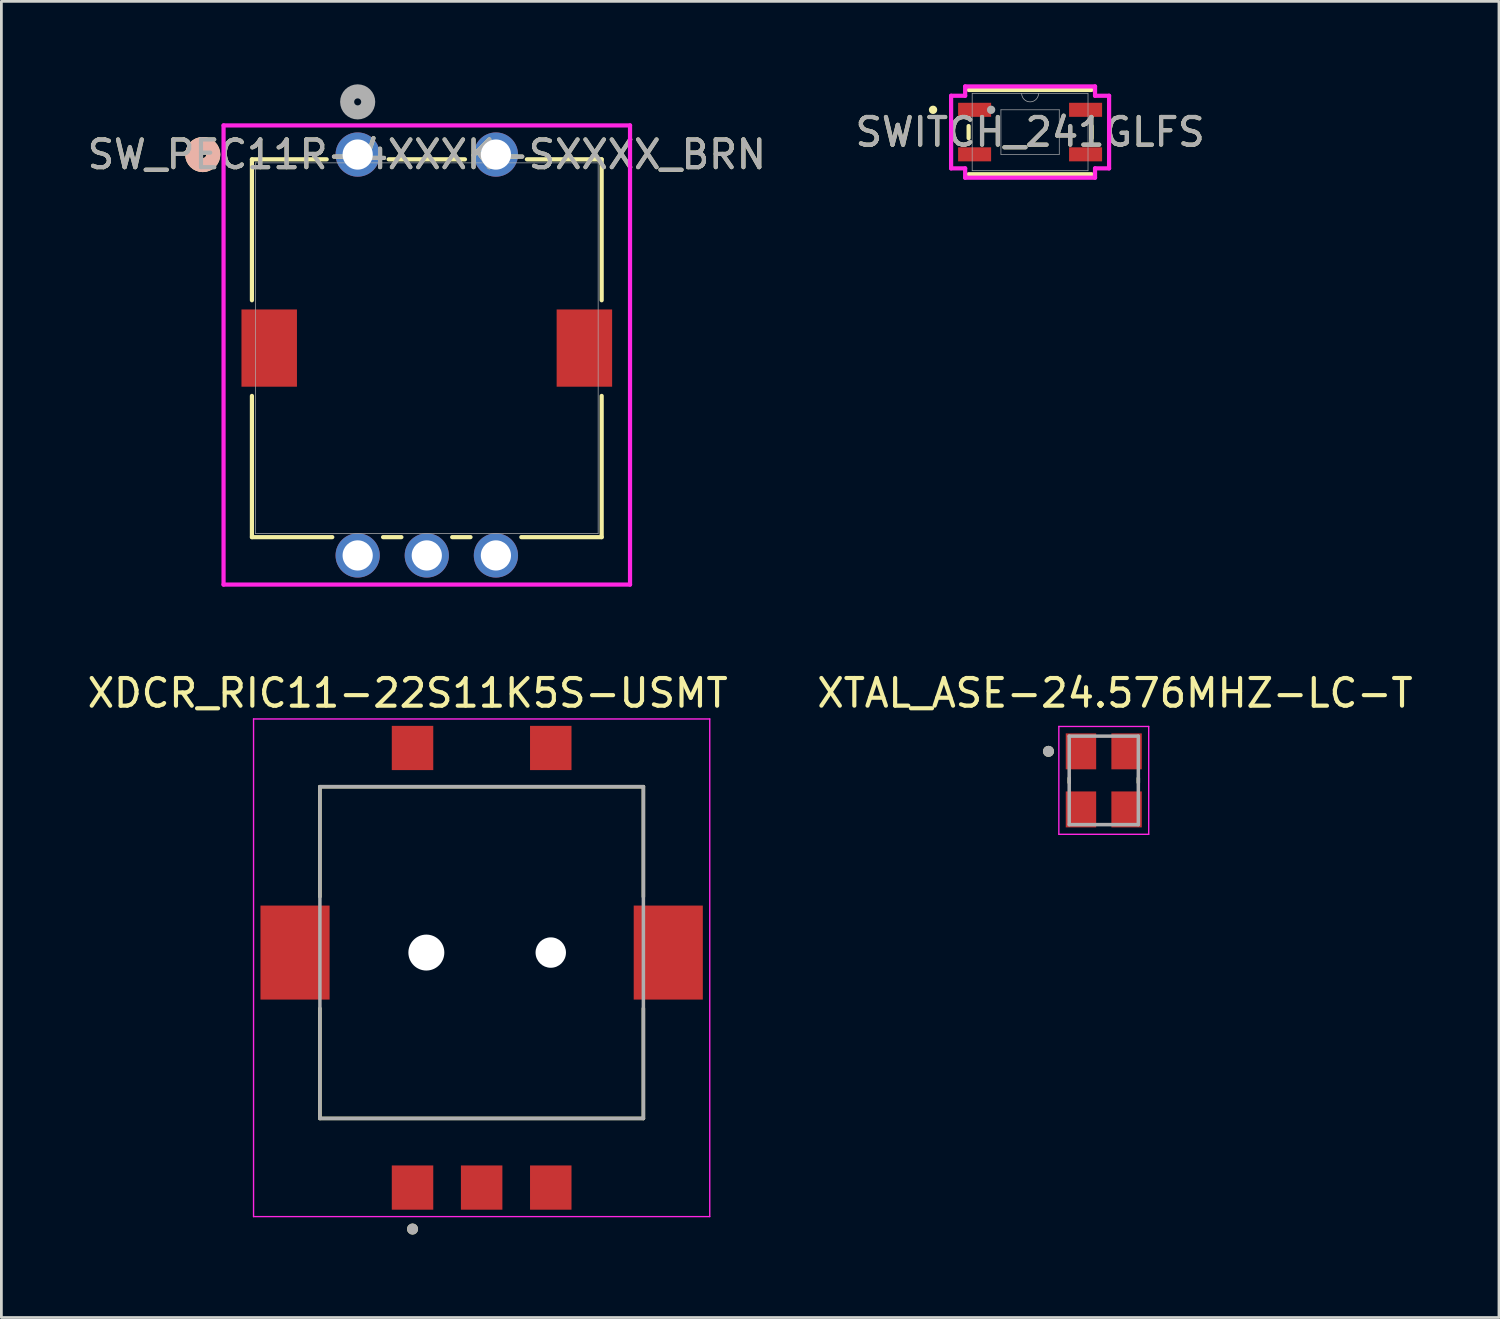
<source format=kicad_pcb>
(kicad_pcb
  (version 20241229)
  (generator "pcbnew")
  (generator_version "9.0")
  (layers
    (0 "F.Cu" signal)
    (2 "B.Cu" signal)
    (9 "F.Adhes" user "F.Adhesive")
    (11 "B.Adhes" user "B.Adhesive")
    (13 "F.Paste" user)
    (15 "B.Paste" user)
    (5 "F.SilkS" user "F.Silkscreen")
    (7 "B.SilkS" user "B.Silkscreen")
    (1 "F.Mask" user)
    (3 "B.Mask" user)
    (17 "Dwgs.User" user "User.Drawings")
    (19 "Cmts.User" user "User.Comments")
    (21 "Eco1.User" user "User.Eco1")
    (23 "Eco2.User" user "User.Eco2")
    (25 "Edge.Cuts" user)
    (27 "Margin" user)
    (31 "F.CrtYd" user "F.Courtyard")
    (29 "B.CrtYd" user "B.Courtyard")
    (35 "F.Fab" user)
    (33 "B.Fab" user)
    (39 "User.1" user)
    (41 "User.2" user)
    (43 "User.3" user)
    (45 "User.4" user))
  (footprint "SW_PEC11R-4XXXK-SXXXX_BRN"
    (layer "F.Cu")
    (at 9.887 2.54)
    (property "Reference" "SW_PEC11R-4XXXK-SXXXX_BRN" (at 2.5 0 0) (unlocked yes) (layer "F.SilkS") (effects (font (size 1 1) (thickness 0.15))))
    (attr through_hole)
    (fp_line (start -3.825 0.173) (end -3.825 5.27) (stroke (width 0.152) (type solid)) (layer "F.SilkS"))
    (fp_line (start -3.825 8.73) (end -3.825 13.838) (stroke (width 0.152) (type solid)) (layer "F.SilkS"))
    (fp_line (start -3.825 13.838) (end -0.919 13.838) (stroke (width 0.152) (type solid)) (layer "F.SilkS"))
    (fp_line (start -1.12 0.173) (end -3.825 0.173) (stroke (width 0.152) (type solid)) (layer "F.SilkS"))
    (fp_line (start 0.919 13.838) (end 1.581 13.838) (stroke (width 0.152) (type solid)) (layer "F.SilkS"))
    (fp_line (start 3.419 13.838) (end 4.081 13.838) (stroke (width 0.152) (type solid)) (layer "F.SilkS"))
    (fp_line (start 3.88 0.173) (end 1.12 0.173) (stroke (width 0.152) (type solid)) (layer "F.SilkS"))
    (fp_line (start 5.919 13.838) (end 8.825 13.838) (stroke (width 0.152) (type solid)) (layer "F.SilkS"))
    (fp_line (start 8.825 0.173) (end 6.12 0.173) (stroke (width 0.152) (type solid)) (layer "F.SilkS"))
    (fp_line (start 8.825 5.27) (end 8.825 0.173) (stroke (width 0.152) (type solid)) (layer "F.SilkS"))
    (fp_line (start 8.825 13.838) (end 8.825 8.73) (stroke (width 0.152) (type solid)) (layer "F.SilkS"))
    (fp_circle (center -5.603 0) (end -5.222 0) (stroke (width 0.508) (type solid)) (fill no) (layer "F.SilkS"))
    (fp_circle (center -5.603 0) (end -5.222 0) (stroke (width 0.508) (type solid)) (fill no) (layer "B.SilkS"))
    (fp_line (start -4.851 -1.054) (end -4.851 15.554) (stroke (width 0.152) (type solid)) (layer "F.CrtYd"))
    (fp_line (start -4.851 15.554) (end 9.851 15.554) (stroke (width 0.152) (type solid)) (layer "F.CrtYd"))
    (fp_line (start 9.851 -1.054) (end -4.851 -1.054) (stroke (width 0.152) (type solid)) (layer "F.CrtYd"))
    (fp_line (start 9.851 15.554) (end 9.851 -1.054) (stroke (width 0.152) (type solid)) (layer "F.CrtYd"))
    (fp_line (start -3.698 0.3) (end -3.698 13.711) (stroke (width 0.025) (type solid)) (layer "F.Fab"))
    (fp_line (start -3.698 13.711) (end 8.698 13.711) (stroke (width 0.025) (type solid)) (layer "F.Fab"))
    (fp_line (start 8.698 0.3) (end -3.698 0.3) (stroke (width 0.025) (type solid)) (layer "F.Fab"))
    (fp_line (start 8.698 13.711) (end 8.698 0.3) (stroke (width 0.025) (type solid)) (layer "F.Fab"))
    (fp_circle (center 0 -1.905) (end 0.381 -1.905) (stroke (width 0.508) (type solid)) (fill no) (layer "F.Fab"))
    (fp_text user "${REFERENCE}" (at 2.5 0 0) (unlocked yes) (layer "F.Fab") (effects (font (size 1 1) (thickness 0.15))))
    (pad "1" thru_hole circle (at 0 0) (size 1.6 1.6) (drill 1.092) (layers "*.Cu" "*.Mask"))
    (pad "2" thru_hole circle (at 5 0) (size 1.6 1.6) (drill 1.092) (layers "*.Cu" "*.Mask"))
    (pad "3" smd rect (at -3.2 7 90) (size 2.794 2.007) (layers "F.Cu" "F.Mask" "F.Paste"))
    (pad "4" smd rect (at 8.2 7 90) (size 2.794 2.007) (layers "F.Cu" "F.Mask" "F.Paste"))
    (pad "5" thru_hole circle (at 0 14.5 90) (size 1.6 1.6) (drill 1.092) (layers "*.Cu" "*.Mask"))
    (pad "6" thru_hole circle (at 2.5 14.5 90) (size 1.6 1.6) (drill 1.092) (layers "*.Cu" "*.Mask"))
    (pad "7" thru_hole circle (at 5 14.5 90) (size 1.6 1.6) (drill 1.092) (layers "*.Cu" "*.Mask")))
  (footprint "XTAL_ASE-24.576MHZ-LC-T"
    (layer "F.Cu")
    (at 36.873 25.176)
    (property "Reference" "XTAL_ASE-24.576MHZ-LC-T" (at 0.406 -3.158 0) (layer "F.SilkS") (effects (font (size 1 1) (thickness 0.15))))
    (attr smd)
    (fp_line (start -1.25 -0.08) (end -1.25 0.08) (stroke (width 0.127) (type solid)) (layer "F.SilkS"))
    (fp_line (start 1.25 0.08) (end 1.25 -0.08) (stroke (width 0.127) (type solid)) (layer "F.SilkS"))
    (fp_circle (center -2 -1.05) (end -1.9 -1.05) (stroke (width 0.2) (type solid)) (fill no) (layer "F.SilkS"))
    (fp_line (start -1.625 -1.95) (end 1.625 -1.95) (stroke (width 0.05) (type solid)) (layer "F.CrtYd"))
    (fp_line (start -1.625 1.95) (end -1.625 -1.95) (stroke (width 0.05) (type solid)) (layer "F.CrtYd"))
    (fp_line (start 1.625 -1.95) (end 1.625 1.95) (stroke (width 0.05) (type solid)) (layer "F.CrtYd"))
    (fp_line (start 1.625 1.95) (end -1.625 1.95) (stroke (width 0.05) (type solid)) (layer "F.CrtYd"))
    (fp_line (start -1.25 -1.6) (end 1.25 -1.6) (stroke (width 0.127) (type solid)) (layer "F.Fab"))
    (fp_line (start -1.25 1.6) (end -1.25 -1.6) (stroke (width 0.127) (type solid)) (layer "F.Fab"))
    (fp_line (start 1.25 -1.6) (end 1.25 1.6) (stroke (width 0.127) (type solid)) (layer "F.Fab"))
    (fp_line (start 1.25 1.6) (end -1.25 1.6) (stroke (width 0.127) (type solid)) (layer "F.Fab"))
    (fp_circle (center -2 -1.05) (end -1.9 -1.05) (stroke (width 0.2) (type solid)) (fill no) (layer "F.Fab"))
    (pad "1" smd rect (at -0.825 -1.05) (size 1.1 1.3) (layers "F.Cu" "F.Mask" "F.Paste"))
    (pad "2" smd rect (at -0.825 1.05) (size 1.1 1.3) (layers "F.Cu" "F.Mask" "F.Paste"))
    (pad "3" smd rect (at 0.825 1.05) (size 1.1 1.3) (layers "F.Cu" "F.Mask" "F.Paste"))
    (pad "4" smd rect (at 0.825 -1.05) (size 1.1 1.3) (layers "F.Cu" "F.Mask" "F.Paste")))
  (footprint "SWITCH_241GLFS"
    (layer "F.Cu")
    (at 34.208 1.727)
    (property "Reference" "SWITCH_241GLFS" (at 0 0 0) (unlocked yes) (layer "F.SilkS") (effects (font (size 1 1) (thickness 0.15))))
    (attr smd)
    (fp_line (start -2.223 -0.218) (end -2.223 0.218) (stroke (width 0.152) (type solid)) (layer "F.SilkS"))
    (fp_line (start -2.223 1.524) (end 2.223 1.524) (stroke (width 0.152) (type solid)) (layer "F.SilkS"))
    (fp_line (start 2.223 -1.524) (end -2.223 -1.524) (stroke (width 0.152) (type solid)) (layer "F.SilkS"))
    (fp_line (start 2.223 0.218) (end 2.223 -0.218) (stroke (width 0.152) (type solid)) (layer "F.SilkS"))
    (fp_circle (center -3.51 -0.805) (end -3.434 -0.805) (stroke (width 0.152) (type solid)) (fill no) (layer "F.SilkS"))
    (fp_line (start -2.857 -1.313) (end -2.349 -1.313) (stroke (width 0.152) (type solid)) (layer "F.CrtYd"))
    (fp_line (start -2.857 1.313) (end -2.857 -1.313) (stroke (width 0.152) (type solid)) (layer "F.CrtYd"))
    (fp_line (start -2.857 1.313) (end -2.349 1.313) (stroke (width 0.152) (type solid)) (layer "F.CrtYd"))
    (fp_line (start -2.349 -1.651) (end 2.349 -1.651) (stroke (width 0.152) (type solid)) (layer "F.CrtYd"))
    (fp_line (start -2.349 -1.313) (end -2.349 -1.651) (stroke (width 0.152) (type solid)) (layer "F.CrtYd"))
    (fp_line (start -2.349 1.651) (end -2.349 1.313) (stroke (width 0.152) (type solid)) (layer "F.CrtYd"))
    (fp_line (start 2.349 -1.651) (end 2.349 -1.313) (stroke (width 0.152) (type solid)) (layer "F.CrtYd"))
    (fp_line (start 2.349 1.313) (end 2.349 1.651) (stroke (width 0.152) (type solid)) (layer "F.CrtYd"))
    (fp_line (start 2.349 1.651) (end -2.349 1.651) (stroke (width 0.152) (type solid)) (layer "F.CrtYd"))
    (fp_line (start 2.857 -1.313) (end 2.349 -1.313) (stroke (width 0.152) (type solid)) (layer "F.CrtYd"))
    (fp_line (start 2.857 -1.313) (end 2.857 1.313) (stroke (width 0.152) (type solid)) (layer "F.CrtYd"))
    (fp_line (start 2.857 1.313) (end 2.349 1.313) (stroke (width 0.152) (type solid)) (layer "F.CrtYd"))
    (fp_line (start -2.095 -1.397) (end -2.095 1.397) (stroke (width 0.025) (type solid)) (layer "F.Fab"))
    (fp_line (start -2.095 1.397) (end 2.095 1.397) (stroke (width 0.025) (type solid)) (layer "F.Fab"))
    (fp_line (start -1.055 -0.805) (end 1.055 -0.805) (stroke (width 0.025) (type solid)) (layer "F.Fab"))
    (fp_line (start -1.055 0.805) (end -1.055 -0.805) (stroke (width 0.025) (type solid)) (layer "F.Fab"))
    (fp_line (start 1.055 -0.805) (end 1.055 0.805) (stroke (width 0.025) (type solid)) (layer "F.Fab"))
    (fp_line (start 1.055 0.805) (end -1.055 0.805) (stroke (width 0.025) (type solid)) (layer "F.Fab"))
    (fp_line (start 2.095 -1.397) (end -2.095 -1.397) (stroke (width 0.025) (type solid)) (layer "F.Fab"))
    (fp_line (start 2.095 1.397) (end 2.095 -1.397) (stroke (width 0.025) (type solid)) (layer "F.Fab"))
    (fp_arc (start 0.3048 -1.397) (mid 0 -1.0922) (end -0.3048 -1.397) (stroke (width 0.0254) (type solid)) (layer "F.Fab"))
    (fp_circle (center -1.41 -0.805) (end -1.41 -0.805) (stroke (width 0.152) (type solid)) (fill no) (layer "F.Fab"))
    (fp_text user "${REFERENCE}" (at 0 0 0) (unlocked yes) (layer "F.Fab") (effects (font (size 1 1) (thickness 0.15))))
    (pad "1" smd rect (at -2.007 -0.805) (size 1.194 0.508) (layers "F.Cu" "F.Mask" "F.Paste"))
    (pad "2" smd rect (at -2.007 0.805) (size 1.194 0.508) (layers "F.Cu" "F.Mask" "F.Paste"))
    (pad "3" smd rect (at 2.007 0.805) (size 1.194 0.508) (layers "F.Cu" "F.Mask" "F.Paste"))
    (pad "4" smd rect (at 2.007 -0.805) (size 1.194 0.508) (layers "F.Cu" "F.Mask" "F.Paste")))
  (footprint "XDCR_RIC11-22S11K5S-USMT"
    (layer "F.Cu")
    (at 14.371 31.404)
    (property "Reference" "XDCR_RIC11-22S11K5S-USMT" (at -2.675 -9.385 0) (layer "F.SilkS") (effects (font (size 1 1) (thickness 0.15))))
    (attr smd)
    (fp_line (start -5.85 -6) (end 5.85 -6) (stroke (width 0.127) (type solid)) (layer "F.SilkS"))
    (fp_line (start -5.85 -2.02) (end -5.85 -6) (stroke (width 0.127) (type solid)) (layer "F.SilkS"))
    (fp_line (start -5.85 6) (end -5.85 2.02) (stroke (width 0.127) (type solid)) (layer "F.SilkS"))
    (fp_line (start 5.85 -6) (end 5.85 -2.02) (stroke (width 0.127) (type solid)) (layer "F.SilkS"))
    (fp_line (start 5.85 6) (end -5.85 6) (stroke (width 0.127) (type solid)) (layer "F.SilkS"))
    (fp_line (start 5.85 6) (end 5.85 2.02) (stroke (width 0.127) (type solid)) (layer "F.SilkS"))
    (fp_circle (center -2.5 10) (end -2.4 10) (stroke (width 0.2) (type solid)) (fill no) (layer "F.SilkS"))
    (fp_line (start -8.25 -8.45) (end -8.25 9.55) (stroke (width 0.05) (type solid)) (layer "F.CrtYd"))
    (fp_line (start -8.25 9.55) (end 8.25 9.55) (stroke (width 0.05) (type solid)) (layer "F.CrtYd"))
    (fp_line (start 8.25 -8.45) (end -8.25 -8.45) (stroke (width 0.05) (type solid)) (layer "F.CrtYd"))
    (fp_line (start 8.25 9.55) (end 8.25 -8.45) (stroke (width 0.05) (type solid)) (layer "F.CrtYd"))
    (fp_line (start -5.85 -6) (end 5.85 -6) (stroke (width 0.127) (type solid)) (layer "F.Fab"))
    (fp_line (start -5.85 6) (end -5.85 -6) (stroke (width 0.127) (type solid)) (layer "F.Fab"))
    (fp_line (start 5.85 -6) (end 5.85 6) (stroke (width 0.127) (type solid)) (layer "F.Fab"))
    (fp_line (start 5.85 6) (end -5.85 6) (stroke (width 0.127) (type solid)) (layer "F.Fab"))
    (fp_circle (center -2.5 10) (end -2.4 10) (stroke (width 0.2) (type solid)) (fill no) (layer "F.Fab"))
    (pad "" np_thru_hole circle (at -2 0) (size 1.3 1.3) (drill 1.3) (layers "*.Cu" "*.Mask"))
    (pad "" np_thru_hole circle (at 2.5 0) (size 1.1 1.1) (drill 1.1) (layers "*.Cu" "*.Mask"))
    (pad "A" smd rect (at -2.5 8.5) (size 1.5 1.6) (layers "F.Cu" "F.Mask" "F.Paste"))
    (pad "B" smd rect (at 2.5 8.5) (size 1.5 1.6) (layers "F.Cu" "F.Mask" "F.Paste"))
    (pad "C" smd rect (at 0 8.5) (size 1.5 1.6) (layers "F.Cu" "F.Mask" "F.Paste"))
    (pad "D" smd rect (at -2.5 -7.4) (size 1.5 1.6) (layers "F.Cu" "F.Mask" "F.Paste"))
    (pad "E" smd rect (at 2.5 -7.4) (size 1.5 1.6) (layers "F.Cu" "F.Mask" "F.Paste"))
    (pad "SH1" smd rect (at -6.75 0) (size 2.5 3.4) (layers "F.Cu" "F.Mask" "F.Paste"))
    (pad "SH2" smd rect (at 6.75 0) (size 2.5 3.4) (layers "F.Cu" "F.Mask" "F.Paste")))
  (gr_rect
    (start -3 -3)
    (end 51.167 44.604)
    (stroke (width 0.1) (type default))
    (fill no)
    (layer "Edge.Cuts")))
</source>
